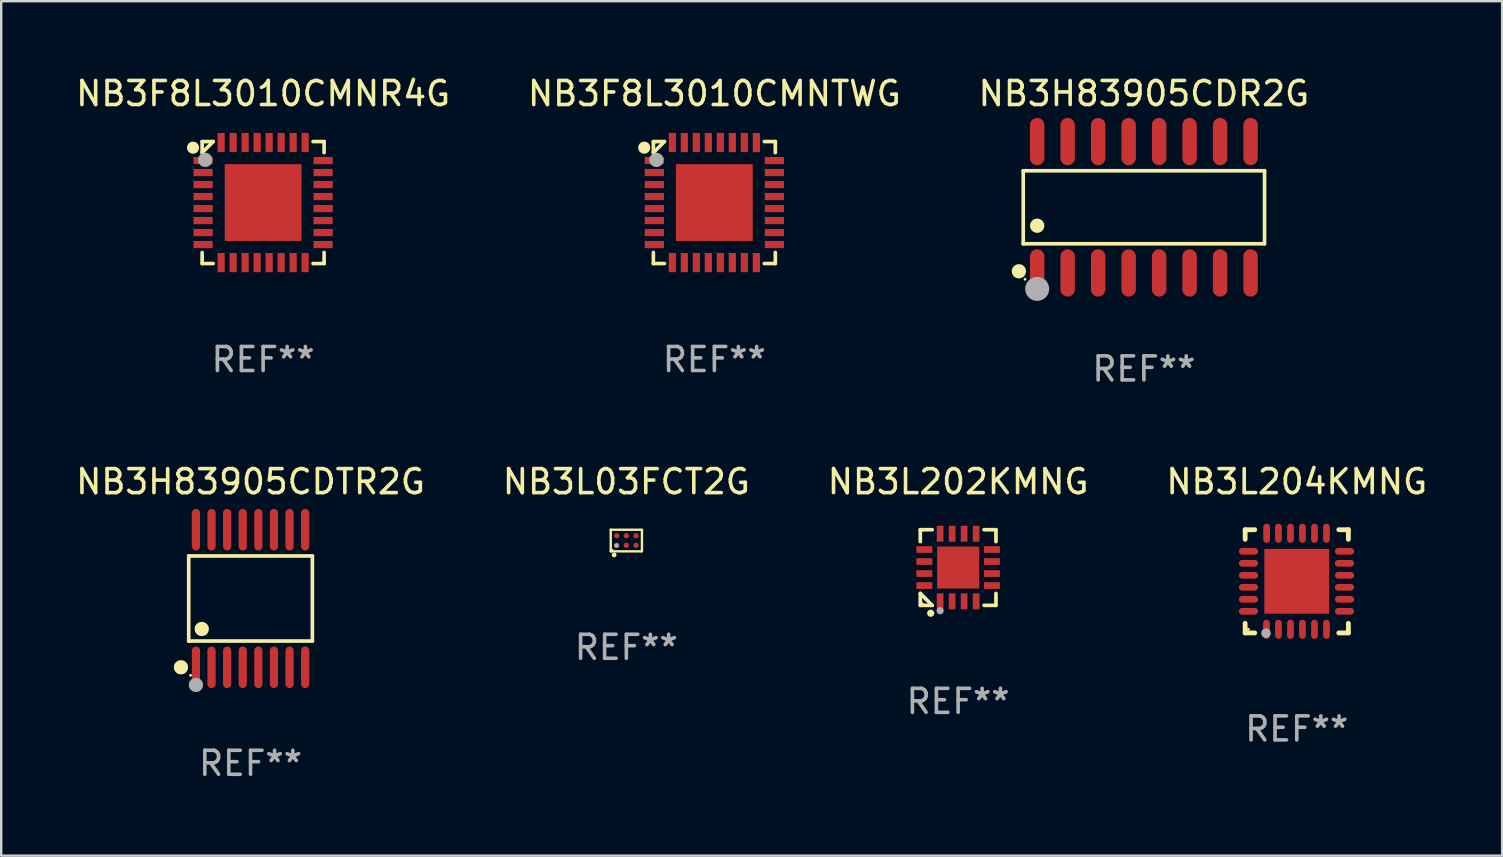
<source format=kicad_pcb>
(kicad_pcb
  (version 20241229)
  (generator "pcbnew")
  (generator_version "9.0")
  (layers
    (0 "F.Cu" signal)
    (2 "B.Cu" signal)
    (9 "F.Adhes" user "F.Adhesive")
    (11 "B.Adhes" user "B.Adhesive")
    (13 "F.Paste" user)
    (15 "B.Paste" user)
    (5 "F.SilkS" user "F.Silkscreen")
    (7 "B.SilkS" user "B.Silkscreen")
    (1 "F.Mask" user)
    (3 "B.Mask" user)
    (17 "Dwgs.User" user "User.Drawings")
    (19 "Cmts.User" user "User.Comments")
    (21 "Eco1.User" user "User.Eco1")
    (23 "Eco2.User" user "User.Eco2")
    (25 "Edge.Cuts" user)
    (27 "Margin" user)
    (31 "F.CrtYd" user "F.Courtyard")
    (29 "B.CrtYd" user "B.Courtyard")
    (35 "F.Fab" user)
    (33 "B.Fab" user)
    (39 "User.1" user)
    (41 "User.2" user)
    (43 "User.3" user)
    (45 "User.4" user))
  (footprint "NB3H83905CDR2G"
    (layer "F.Cu")
    (at 44.601 5.584)
    (property "Reference" "NB3H83905CDR2G" (at 0 -4.736 0) (layer "F.SilkS") (effects (font (size 1 1) (thickness 0.15))))
    (attr through_hole)
    (fp_line (start -5.026 -1.521) (end 5.026 -1.521) (stroke (width 0.152) (type solid)) (layer "F.SilkS"))
    (fp_line (start -5.026 1.521) (end -5.026 -1.521) (stroke (width 0.152) (type solid)) (layer "F.SilkS"))
    (fp_line (start 5.026 -1.521) (end 5.026 1.521) (stroke (width 0.152) (type solid)) (layer "F.SilkS"))
    (fp_line (start 5.026 1.521) (end -5.026 1.521) (stroke (width 0.152) (type solid)) (layer "F.SilkS"))
    (fp_circle (center -5.207 2.667) (end -5.057 2.667) (stroke (width 0.3) (type solid)) (fill no) (layer "F.SilkS"))
    (fp_circle (center -4.95 3) (end -4.92 3) (stroke (width 0.06) (type solid)) (fill no) (layer "F.SilkS"))
    (fp_circle (center -4.445 0.769) (end -4.295 0.769) (stroke (width 0.3) (type solid)) (fill no) (layer "F.SilkS"))
    (fp_circle (center -4.445 3.4) (end -4.195 3.4) (stroke (width 0.5) (type solid)) (fill no) (layer "F.Fab"))
    (fp_text user "REF**" (at 0 6.736 0) (layer "F.Fab") (effects (font (size 1 1) (thickness 0.15))))
    (pad "1" smd oval (at -4.445 2.736) (size 0.602 1.971) (layers "F.Cu" "F.Mask" "F.Paste"))
    (pad "2" smd oval (at -3.175 2.736) (size 0.602 1.971) (layers "F.Cu" "F.Mask" "F.Paste"))
    (pad "3" smd oval (at -1.905 2.736) (size 0.602 1.971) (layers "F.Cu" "F.Mask" "F.Paste"))
    (pad "4" smd oval (at -0.635 2.736) (size 0.602 1.971) (layers "F.Cu" "F.Mask" "F.Paste"))
    (pad "5" smd oval (at 0.635 2.736) (size 0.602 1.971) (layers "F.Cu" "F.Mask" "F.Paste"))
    (pad "6" smd oval (at 1.905 2.736) (size 0.602 1.971) (layers "F.Cu" "F.Mask" "F.Paste"))
    (pad "7" smd oval (at 3.175 2.736) (size 0.602 1.971) (layers "F.Cu" "F.Mask" "F.Paste"))
    (pad "8" smd oval (at 4.445 2.736) (size 0.602 1.971) (layers "F.Cu" "F.Mask" "F.Paste"))
    (pad "9" smd oval (at 4.445 -2.736) (size 0.602 1.971) (layers "F.Cu" "F.Mask" "F.Paste"))
    (pad "10" smd oval (at 3.175 -2.736) (size 0.602 1.971) (layers "F.Cu" "F.Mask" "F.Paste"))
    (pad "11" smd oval (at 1.905 -2.736) (size 0.602 1.971) (layers "F.Cu" "F.Mask" "F.Paste"))
    (pad "12" smd oval (at 0.635 -2.736) (size 0.602 1.971) (layers "F.Cu" "F.Mask" "F.Paste"))
    (pad "13" smd oval (at -0.635 -2.736) (size 0.602 1.971) (layers "F.Cu" "F.Mask" "F.Paste"))
    (pad "14" smd oval (at -1.905 -2.736) (size 0.602 1.971) (layers "F.Cu" "F.Mask" "F.Paste"))
    (pad "15" smd oval (at -3.175 -2.736) (size 0.602 1.971) (layers "F.Cu" "F.Mask" "F.Paste"))
    (pad "16" smd oval (at -4.445 -2.736) (size 0.602 1.971) (layers "F.Cu" "F.Mask" "F.Paste")))
  (footprint "NB3L204KMNG"
    (layer "F.Cu")
    (at 50.97 21.166)
    (property "Reference" "NB3L204KMNG" (at 0 -4.15 0) (layer "F.SilkS") (effects (font (size 1 1) (thickness 0.15))))
    (attr through_hole)
    (fp_line (start -2.15 -2.15) (end -1.75 -2.15) (stroke (width 0.2) (type solid)) (layer "F.SilkS"))
    (fp_line (start -2.15 -1.75) (end -2.15 -2.15) (stroke (width 0.2) (type solid)) (layer "F.SilkS"))
    (fp_line (start -2.15 2.15) (end -2.15 1.75) (stroke (width 0.2) (type solid)) (layer "F.SilkS"))
    (fp_line (start -1.75 2.15) (end -2.15 2.15) (stroke (width 0.2) (type solid)) (layer "F.SilkS"))
    (fp_line (start 2.15 -2.15) (end 1.75 -2.15) (stroke (width 0.2) (type solid)) (layer "F.SilkS"))
    (fp_line (start 2.15 -1.75) (end 2.15 -2.15) (stroke (width 0.2) (type solid)) (layer "F.SilkS"))
    (fp_line (start 2.15 1.75) (end 2.15 2.15) (stroke (width 0.2) (type solid)) (layer "F.SilkS"))
    (fp_line (start 2.15 2.15) (end 1.75 2.15) (stroke (width 0.2) (type solid)) (layer "F.SilkS"))
    (fp_circle (center -2.013 2) (end -1.983 2) (stroke (width 0.06) (type solid)) (fill no) (layer "F.SilkS"))
    (fp_circle (center -1.282 2.159) (end -1.182 2.159) (stroke (width 0.2) (type solid)) (fill no) (layer "F.Fab"))
    (fp_text user "REF**" (at 0 6.15 0) (layer "F.Fab") (effects (font (size 1 1) (thickness 0.15))))
    (pad "1" smd oval (at -1.262 2) (size 0.28 0.8) (layers "F.Cu" "F.Mask" "F.Paste"))
    (pad "2" smd oval (at -0.763 2) (size 0.28 0.8) (layers "F.Cu" "F.Mask" "F.Paste"))
    (pad "3" smd oval (at -0.262 2) (size 0.28 0.8) (layers "F.Cu" "F.Mask" "F.Paste"))
    (pad "4" smd oval (at 0.237 2) (size 0.28 0.8) (layers "F.Cu" "F.Mask" "F.Paste"))
    (pad "5" smd oval (at 0.738 2) (size 0.28 0.8) (layers "F.Cu" "F.Mask" "F.Paste"))
    (pad "6" smd oval (at 1.237 2) (size 0.28 0.8) (layers "F.Cu" "F.Mask" "F.Paste"))
    (pad "7" smd oval (at 1.988 1.25) (size 0.8 0.28) (layers "F.Cu" "F.Mask" "F.Paste"))
    (pad "8" smd oval (at 1.988 0.75) (size 0.8 0.28) (layers "F.Cu" "F.Mask" "F.Paste"))
    (pad "9" smd oval (at 1.988 0.25) (size 0.8 0.28) (layers "F.Cu" "F.Mask" "F.Paste"))
    (pad "10" smd oval (at 1.988 -0.25) (size 0.8 0.28) (layers "F.Cu" "F.Mask" "F.Paste"))
    (pad "11" smd oval (at 1.988 -0.75) (size 0.8 0.28) (layers "F.Cu" "F.Mask" "F.Paste"))
    (pad "12" smd oval (at 1.988 -1.25) (size 0.8 0.28) (layers "F.Cu" "F.Mask" "F.Paste"))
    (pad "13" smd oval (at 1.237 -2) (size 0.28 0.8) (layers "F.Cu" "F.Mask" "F.Paste"))
    (pad "14" smd oval (at 0.738 -2) (size 0.28 0.8) (layers "F.Cu" "F.Mask" "F.Paste"))
    (pad "15" smd oval (at 0.237 -2) (size 0.28 0.8) (layers "F.Cu" "F.Mask" "F.Paste"))
    (pad "16" smd oval (at -0.262 -2) (size 0.28 0.8) (layers "F.Cu" "F.Mask" "F.Paste"))
    (pad "17" smd oval (at -0.763 -2) (size 0.28 0.8) (layers "F.Cu" "F.Mask" "F.Paste"))
    (pad "18" smd oval (at -1.255 -2) (size 0.28 0.8) (layers "F.Cu" "F.Mask" "F.Paste"))
    (pad "19" smd oval (at -2.012 -1.25) (size 0.8 0.28) (layers "F.Cu" "F.Mask" "F.Paste"))
    (pad "20" smd oval (at -2.012 -0.75) (size 0.8 0.28) (layers "F.Cu" "F.Mask" "F.Paste"))
    (pad "21" smd oval (at -2.012 -0.25) (size 0.8 0.28) (layers "F.Cu" "F.Mask" "F.Paste"))
    (pad "22" smd oval (at -2.012 0.25) (size 0.8 0.28) (layers "F.Cu" "F.Mask" "F.Paste"))
    (pad "23" smd oval (at -2.012 0.75) (size 0.8 0.28) (layers "F.Cu" "F.Mask" "F.Paste"))
    (pad "24" smd oval (at -2.012 1.25) (size 0.8 0.28) (layers "F.Cu" "F.Mask" "F.Paste"))
    (pad "25" smd rect (at -0.000013 -0.000025) (size 2.7 2.7) (layers "F.Cu" "F.Mask" "F.Paste")))
  (footprint "NB3L03FCT2G"
    (layer "F.Cu")
    (at 23.042 19.466)
    (property "Reference" "NB3L03FCT2G" (at 0 -2.45 0) (layer "F.SilkS") (effects (font (size 1 1) (thickness 0.15))))
    (attr through_hole)
    (fp_line (start -0.65 0.45) (end -0.65 -0.45) (stroke (width 0.1) (type solid)) (layer "F.SilkS"))
    (fp_line (start -0.65 -0.45) (end 0.65 -0.45) (stroke (width 0.1) (type solid)) (layer "F.SilkS"))
    (fp_line (start 0.64 0.45) (end -0.65 0.45) (stroke (width 0.1) (type solid)) (layer "F.SilkS"))
    (fp_line (start 0.65 -0.439) (end 0.65 0.44) (stroke (width 0.1) (type solid)) (layer "F.SilkS"))
    (fp_line (start 0.65 0.44) (end 0.64 0.45) (stroke (width 0.1) (type solid)) (layer "F.SilkS"))
    (fp_circle (center -0.6 0.4) (end -0.57 0.4) (stroke (width 0.06) (type solid)) (fill no) (layer "F.SilkS"))
    (fp_circle (center -0.51 0.6) (end -0.46 0.6) (stroke (width 0.1) (type solid)) (fill no) (layer "F.SilkS"))
    (fp_circle (center -0.41 0.21) (end -0.36 0.21) (stroke (width 0.1) (type solid)) (fill no) (layer "F.Fab"))
    (fp_text user "REF**" (at 0 4.45 0) (layer "F.Fab") (effects (font (size 1 1) (thickness 0.15))))
    (pad "A1" smd circle (at -0.4 0.201) (size 0.22 0.22) (layers "F.Cu" "F.Mask" "F.Paste"))
    (pad "A2" smd circle (at -0.4 -0.2) (size 0.22 0.22) (layers "F.Cu" "F.Mask" "F.Paste"))
    (pad "B1" smd circle (at -0.001 0.198) (size 0.22 0.22) (layers "F.Cu" "F.Mask" "F.Paste"))
    (pad "B2" smd circle (at -0.001 -0.2) (size 0.22 0.22) (layers "F.Cu" "F.Mask" "F.Paste"))
    (pad "C1" smd circle (at 0.4 0.201) (size 0.22 0.22) (layers "F.Cu" "F.Mask" "F.Paste"))
    (pad "C2" smd circle (at 0.4 -0.2) (size 0.22 0.22) (layers "F.Cu" "F.Mask" "F.Paste")))
  (footprint "NB3F8L3010CMNR4G"
    (layer "F.Cu")
    (at 7.911 5.388)
    (property "Reference" "NB3F8L3010CMNR4G" (at 0 -4.54 0) (layer "F.SilkS") (effects (font (size 1 1) (thickness 0.15))))
    (attr through_hole)
    (fp_line (start -2.54 -2.54) (end -2.08 -2.54) (stroke (width 0.152) (type solid)) (layer "F.SilkS"))
    (fp_line (start -2.54 -2.08) (end -2.54 -2.54) (stroke (width 0.152) (type solid)) (layer "F.SilkS"))
    (fp_line (start -2.54 -2.08) (end -2.08 -2.54) (stroke (width 0.152) (type solid)) (layer "F.SilkS"))
    (fp_line (start -2.54 2.54) (end -2.54 2.08) (stroke (width 0.152) (type solid)) (layer "F.SilkS"))
    (fp_line (start -2.08 2.54) (end -2.54 2.54) (stroke (width 0.152) (type solid)) (layer "F.SilkS"))
    (fp_line (start 2.08 -2.54) (end 2.54 -2.54) (stroke (width 0.152) (type solid)) (layer "F.SilkS"))
    (fp_line (start 2.54 -2.54) (end 2.54 -2.08) (stroke (width 0.152) (type solid)) (layer "F.SilkS"))
    (fp_line (start 2.54 2.08) (end 2.54 2.54) (stroke (width 0.152) (type solid)) (layer "F.SilkS"))
    (fp_line (start 2.54 2.54) (end 2.08 2.54) (stroke (width 0.152) (type solid)) (layer "F.SilkS"))
    (fp_circle (center -2.921 -2.286) (end -2.794 -2.286) (stroke (width 0.254) (type solid)) (fill no) (layer "F.SilkS"))
    (fp_circle (center -2.5 -2.5) (end -2.47 -2.5) (stroke (width 0.06) (type solid)) (fill no) (layer "F.SilkS"))
    (fp_circle (center -2.413 -1.778) (end -2.263 -1.778) (stroke (width 0.3) (type solid)) (fill no) (layer "F.Fab"))
    (fp_text user "REF**" (at 0 6.54 0) (layer "F.Fab") (effects (font (size 1 1) (thickness 0.15))))
    (pad "1" smd rect (at -2.5 -1.75 90) (size 0.3 0.8) (layers "F.Cu" "F.Mask" "F.Paste"))
    (pad "2" smd rect (at -2.5 -1.25 90) (size 0.3 0.8) (layers "F.Cu" "F.Mask" "F.Paste"))
    (pad "3" smd rect (at -2.5 -0.75 90) (size 0.3 0.8) (layers "F.Cu" "F.Mask" "F.Paste"))
    (pad "4" smd rect (at -2.5 -0.25 90) (size 0.3 0.8) (layers "F.Cu" "F.Mask" "F.Paste"))
    (pad "5" smd rect (at -2.5 0.25 90) (size 0.3 0.8) (layers "F.Cu" "F.Mask" "F.Paste"))
    (pad "6" smd rect (at -2.5 0.75 90) (size 0.3 0.8) (layers "F.Cu" "F.Mask" "F.Paste"))
    (pad "7" smd rect (at -2.5 1.25 90) (size 0.3 0.8) (layers "F.Cu" "F.Mask" "F.Paste"))
    (pad "8" smd rect (at -2.5 1.75 90) (size 0.3 0.8) (layers "F.Cu" "F.Mask" "F.Paste"))
    (pad "9" smd rect (at -1.75 2.5 180) (size 0.3 0.8) (layers "F.Cu" "F.Mask" "F.Paste"))
    (pad "10" smd rect (at -1.25 2.5 180) (size 0.3 0.8) (layers "F.Cu" "F.Mask" "F.Paste"))
    (pad "11" smd rect (at -0.75 2.5 180) (size 0.3 0.8) (layers "F.Cu" "F.Mask" "F.Paste"))
    (pad "12" smd rect (at -0.25 2.5 180) (size 0.3 0.8) (layers "F.Cu" "F.Mask" "F.Paste"))
    (pad "13" smd rect (at 0.25 2.5 180) (size 0.3 0.8) (layers "F.Cu" "F.Mask" "F.Paste"))
    (pad "14" smd rect (at 0.75 2.5 180) (size 0.3 0.8) (layers "F.Cu" "F.Mask" "F.Paste"))
    (pad "15" smd rect (at 1.25 2.5 180) (size 0.3 0.8) (layers "F.Cu" "F.Mask" "F.Paste"))
    (pad "16" smd rect (at 1.75 2.5 180) (size 0.3 0.8) (layers "F.Cu" "F.Mask" "F.Paste"))
    (pad "17" smd rect (at 2.5 1.75 270) (size 0.3 0.8) (layers "F.Cu" "F.Mask" "F.Paste"))
    (pad "18" smd rect (at 2.5 1.25 270) (size 0.3 0.8) (layers "F.Cu" "F.Mask" "F.Paste"))
    (pad "19" smd rect (at 2.5 0.75 270) (size 0.3 0.8) (layers "F.Cu" "F.Mask" "F.Paste"))
    (pad "20" smd rect (at 2.5 0.25 270) (size 0.3 0.8) (layers "F.Cu" "F.Mask" "F.Paste"))
    (pad "21" smd rect (at 2.5 -0.25 270) (size 0.3 0.8) (layers "F.Cu" "F.Mask" "F.Paste"))
    (pad "22" smd rect (at 2.5 -0.75 270) (size 0.3 0.8) (layers "F.Cu" "F.Mask" "F.Paste"))
    (pad "23" smd rect (at 2.5 -1.25 270) (size 0.3 0.8) (layers "F.Cu" "F.Mask" "F.Paste"))
    (pad "24" smd rect (at 2.5 -1.75 270) (size 0.3 0.8) (layers "F.Cu" "F.Mask" "F.Paste"))
    (pad "25" smd rect (at 1.75 -2.5) (size 0.3 0.8) (layers "F.Cu" "F.Mask" "F.Paste"))
    (pad "26" smd rect (at 1.25 -2.5) (size 0.3 0.8) (layers "F.Cu" "F.Mask" "F.Paste"))
    (pad "27" smd rect (at 0.75 -2.5) (size 0.3 0.8) (layers "F.Cu" "F.Mask" "F.Paste"))
    (pad "28" smd rect (at 0.25 -2.5) (size 0.3 0.8) (layers "F.Cu" "F.Mask" "F.Paste"))
    (pad "29" smd rect (at -0.25 -2.5) (size 0.3 0.8) (layers "F.Cu" "F.Mask" "F.Paste"))
    (pad "30" smd rect (at -0.75 -2.5) (size 0.3 0.8) (layers "F.Cu" "F.Mask" "F.Paste"))
    (pad "31" smd rect (at -1.25 -2.5) (size 0.3 0.8) (layers "F.Cu" "F.Mask" "F.Paste"))
    (pad "32" smd rect (at -1.75 -2.5) (size 0.3 0.8) (layers "F.Cu" "F.Mask" "F.Paste"))
    (pad "33" smd rect (at 0 0 90) (size 3.2 3.2) (layers "F.Cu" "F.Mask" "F.Paste")))
  (footprint "NB3L202KMNG"
    (layer "F.Cu")
    (at 36.863 20.592)
    (property "Reference" "NB3L202KMNG" (at 0 -3.576 0) (layer "F.SilkS") (effects (font (size 1 1) (thickness 0.15))))
    (attr through_hole)
    (fp_line (start -1.576 -1.576) (end -1.08 -1.576) (stroke (width 0.152) (type solid)) (layer "F.SilkS"))
    (fp_line (start -1.576 -1.08) (end -1.576 -1.576) (stroke (width 0.152) (type solid)) (layer "F.SilkS"))
    (fp_line (start -1.576 1.08) (end -1.576 1.576) (stroke (width 0.152) (type solid)) (layer "F.SilkS"))
    (fp_line (start -1.576 1.576) (end -1.08 1.576) (stroke (width 0.152) (type solid)) (layer "F.SilkS"))
    (fp_line (start -1.08 1.576) (end -1.576 1.08) (stroke (width 0.152) (type solid)) (layer "F.SilkS"))
    (fp_line (start 1.576 -1.576) (end 1.08 -1.576) (stroke (width 0.152) (type solid)) (layer "F.SilkS"))
    (fp_line (start 1.576 -1.08) (end 1.576 -1.576) (stroke (width 0.152) (type solid)) (layer "F.SilkS"))
    (fp_line (start 1.576 1.08) (end 1.576 1.576) (stroke (width 0.152) (type solid)) (layer "F.SilkS"))
    (fp_line (start 1.576 1.576) (end 1.08 1.576) (stroke (width 0.152) (type solid)) (layer "F.SilkS"))
    (fp_circle (center -1.5 1.5) (end -1.47 1.5) (stroke (width 0.06) (type solid)) (fill no) (layer "F.SilkS"))
    (fp_circle (center -1.143 1.905) (end -1.068 1.905) (stroke (width 0.15) (type solid)) (fill no) (layer "F.SilkS"))
    (fp_circle (center -0.75 1.8) (end -0.675 1.8) (stroke (width 0.15) (type solid)) (fill no) (layer "F.Fab"))
    (fp_text user "REF**" (at 0 5.576 0) (layer "F.Fab") (effects (font (size 1 1) (thickness 0.15))))
    (pad "1" smd rect (at -0.75 1.407) (size 0.28 0.665) (layers "F.Cu" "F.Mask" "F.Paste"))
    (pad "2" smd rect (at -0.25 1.407) (size 0.28 0.665) (layers "F.Cu" "F.Mask" "F.Paste"))
    (pad "3" smd rect (at 0.25 1.407) (size 0.28 0.665) (layers "F.Cu" "F.Mask" "F.Paste"))
    (pad "4" smd rect (at 0.75 1.407) (size 0.28 0.665) (layers "F.Cu" "F.Mask" "F.Paste"))
    (pad "5" smd rect (at 1.407 0.75) (size 0.665 0.28) (layers "F.Cu" "F.Mask" "F.Paste"))
    (pad "6" smd rect (at 1.407 0.25) (size 0.665 0.28) (layers "F.Cu" "F.Mask" "F.Paste"))
    (pad "7" smd rect (at 1.407 -0.25) (size 0.665 0.28) (layers "F.Cu" "F.Mask" "F.Paste"))
    (pad "8" smd rect (at 1.407 -0.75) (size 0.665 0.28) (layers "F.Cu" "F.Mask" "F.Paste"))
    (pad "9" smd rect (at 0.75 -1.407) (size 0.28 0.665) (layers "F.Cu" "F.Mask" "F.Paste"))
    (pad "10" smd rect (at 0.25 -1.407) (size 0.28 0.665) (layers "F.Cu" "F.Mask" "F.Paste"))
    (pad "11" smd rect (at -0.25 -1.407) (size 0.28 0.665) (layers "F.Cu" "F.Mask" "F.Paste"))
    (pad "12" smd rect (at -0.75 -1.407) (size 0.28 0.665) (layers "F.Cu" "F.Mask" "F.Paste"))
    (pad "13" smd rect (at -1.407 -0.75) (size 0.665 0.28) (layers "F.Cu" "F.Mask" "F.Paste"))
    (pad "14" smd rect (at -1.407 -0.25) (size 0.665 0.28) (layers "F.Cu" "F.Mask" "F.Paste"))
    (pad "15" smd rect (at -1.407 0.25) (size 0.665 0.28) (layers "F.Cu" "F.Mask" "F.Paste"))
    (pad "16" smd rect (at -1.407 0.75) (size 0.665 0.28) (layers "F.Cu" "F.Mask" "F.Paste"))
    (pad "17" smd rect (at 0 0) (size 1.75 1.75) (layers "F.Cu" "F.Mask" "F.Paste")))
  (footprint "NB3H83905CDTR2G"
    (layer "F.Cu")
    (at 7.387 21.882)
    (property "Reference" "NB3H83905CDTR2G" (at 0 -4.866 0) (layer "F.SilkS") (effects (font (size 1 1) (thickness 0.15))))
    (attr through_hole)
    (fp_line (start -2.576 -1.772) (end 2.576 -1.772) (stroke (width 0.152) (type solid)) (layer "F.SilkS"))
    (fp_line (start -2.576 1.771) (end -2.576 -1.772) (stroke (width 0.152) (type solid)) (layer "F.SilkS"))
    (fp_line (start 2.576 -1.772) (end 2.576 1.771) (stroke (width 0.152) (type solid)) (layer "F.SilkS"))
    (fp_line (start 2.576 1.771) (end -2.576 1.771) (stroke (width 0.152) (type solid)) (layer "F.SilkS"))
    (fp_circle (center -2.899 2.866) (end -2.749 2.866) (stroke (width 0.3) (type solid)) (fill no) (layer "F.SilkS"))
    (fp_circle (center -2.5 3.2) (end -2.47 3.2) (stroke (width 0.06) (type solid)) (fill no) (layer "F.SilkS"))
    (fp_circle (center -2.032 1.27) (end -1.882 1.27) (stroke (width 0.3) (type solid)) (fill no) (layer "F.SilkS"))
    (fp_circle (center -2.275 3.6) (end -2.125 3.6) (stroke (width 0.3) (type solid)) (fill no) (layer "F.Fab"))
    (fp_text user "REF**" (at 0 6.866 0) (layer "F.Fab") (effects (font (size 1 1) (thickness 0.15))))
    (pad "1" smd oval (at -2.275 2.866) (size 0.343 1.731) (layers "F.Cu" "F.Mask" "F.Paste"))
    (pad "2" smd oval (at -1.625 2.866) (size 0.343 1.731) (layers "F.Cu" "F.Mask" "F.Paste"))
    (pad "3" smd oval (at -0.975 2.866) (size 0.343 1.731) (layers "F.Cu" "F.Mask" "F.Paste"))
    (pad "4" smd oval (at -0.325 2.866) (size 0.343 1.731) (layers "F.Cu" "F.Mask" "F.Paste"))
    (pad "5" smd oval (at 0.325 2.866) (size 0.343 1.731) (layers "F.Cu" "F.Mask" "F.Paste"))
    (pad "6" smd oval (at 0.975 2.866) (size 0.343 1.731) (layers "F.Cu" "F.Mask" "F.Paste"))
    (pad "7" smd oval (at 1.625 2.866) (size 0.343 1.731) (layers "F.Cu" "F.Mask" "F.Paste"))
    (pad "8" smd oval (at 2.275 2.866) (size 0.343 1.731) (layers "F.Cu" "F.Mask" "F.Paste"))
    (pad "9" smd oval (at 2.275 -2.866) (size 0.343 1.731) (layers "F.Cu" "F.Mask" "F.Paste"))
    (pad "10" smd oval (at 1.625 -2.866) (size 0.343 1.731) (layers "F.Cu" "F.Mask" "F.Paste"))
    (pad "11" smd oval (at 0.975 -2.866) (size 0.343 1.731) (layers "F.Cu" "F.Mask" "F.Paste"))
    (pad "12" smd oval (at 0.325 -2.866) (size 0.343 1.731) (layers "F.Cu" "F.Mask" "F.Paste"))
    (pad "13" smd oval (at -0.325 -2.866) (size 0.343 1.731) (layers "F.Cu" "F.Mask" "F.Paste"))
    (pad "14" smd oval (at -0.975 -2.866) (size 0.343 1.731) (layers "F.Cu" "F.Mask" "F.Paste"))
    (pad "15" smd oval (at -1.625 -2.866) (size 0.343 1.731) (layers "F.Cu" "F.Mask" "F.Paste"))
    (pad "16" smd oval (at -2.275 -2.866) (size 0.343 1.731) (layers "F.Cu" "F.Mask" "F.Paste")))
  (footprint "NB3F8L3010CMNTWG"
    (layer "F.Cu")
    (at 26.708 5.388)
    (property "Reference" "NB3F8L3010CMNTWG" (at 0 -4.54 0) (layer "F.SilkS") (effects (font (size 1 1) (thickness 0.15))))
    (attr through_hole)
    (fp_line (start -2.54 -2.54) (end -2.08 -2.54) (stroke (width 0.152) (type solid)) (layer "F.SilkS"))
    (fp_line (start -2.54 -2.08) (end -2.54 -2.54) (stroke (width 0.152) (type solid)) (layer "F.SilkS"))
    (fp_line (start -2.54 -2.08) (end -2.08 -2.54) (stroke (width 0.152) (type solid)) (layer "F.SilkS"))
    (fp_line (start -2.54 2.54) (end -2.54 2.08) (stroke (width 0.152) (type solid)) (layer "F.SilkS"))
    (fp_line (start -2.08 2.54) (end -2.54 2.54) (stroke (width 0.152) (type solid)) (layer "F.SilkS"))
    (fp_line (start 2.08 -2.54) (end 2.54 -2.54) (stroke (width 0.152) (type solid)) (layer "F.SilkS"))
    (fp_line (start 2.54 -2.54) (end 2.54 -2.08) (stroke (width 0.152) (type solid)) (layer "F.SilkS"))
    (fp_line (start 2.54 2.08) (end 2.54 2.54) (stroke (width 0.152) (type solid)) (layer "F.SilkS"))
    (fp_line (start 2.54 2.54) (end 2.08 2.54) (stroke (width 0.152) (type solid)) (layer "F.SilkS"))
    (fp_circle (center -2.921 -2.286) (end -2.794 -2.286) (stroke (width 0.254) (type solid)) (fill no) (layer "F.SilkS"))
    (fp_circle (center -2.5 -2.5) (end -2.47 -2.5) (stroke (width 0.06) (type solid)) (fill no) (layer "F.SilkS"))
    (fp_circle (center -2.413 -1.778) (end -2.263 -1.778) (stroke (width 0.3) (type solid)) (fill no) (layer "F.Fab"))
    (fp_text user "REF**" (at 0 6.54 0) (layer "F.Fab") (effects (font (size 1 1) (thickness 0.15))))
    (pad "1" smd rect (at -2.5 -1.75 90) (size 0.3 0.8) (layers "F.Cu" "F.Mask" "F.Paste"))
    (pad "2" smd rect (at -2.5 -1.25 90) (size 0.3 0.8) (layers "F.Cu" "F.Mask" "F.Paste"))
    (pad "3" smd rect (at -2.5 -0.75 90) (size 0.3 0.8) (layers "F.Cu" "F.Mask" "F.Paste"))
    (pad "4" smd rect (at -2.5 -0.25 90) (size 0.3 0.8) (layers "F.Cu" "F.Mask" "F.Paste"))
    (pad "5" smd rect (at -2.5 0.25 90) (size 0.3 0.8) (layers "F.Cu" "F.Mask" "F.Paste"))
    (pad "6" smd rect (at -2.5 0.75 90) (size 0.3 0.8) (layers "F.Cu" "F.Mask" "F.Paste"))
    (pad "7" smd rect (at -2.5 1.25 90) (size 0.3 0.8) (layers "F.Cu" "F.Mask" "F.Paste"))
    (pad "8" smd rect (at -2.5 1.75 90) (size 0.3 0.8) (layers "F.Cu" "F.Mask" "F.Paste"))
    (pad "9" smd rect (at -1.75 2.5 180) (size 0.3 0.8) (layers "F.Cu" "F.Mask" "F.Paste"))
    (pad "10" smd rect (at -1.25 2.5 180) (size 0.3 0.8) (layers "F.Cu" "F.Mask" "F.Paste"))
    (pad "11" smd rect (at -0.75 2.5 180) (size 0.3 0.8) (layers "F.Cu" "F.Mask" "F.Paste"))
    (pad "12" smd rect (at -0.25 2.5 180) (size 0.3 0.8) (layers "F.Cu" "F.Mask" "F.Paste"))
    (pad "13" smd rect (at 0.25 2.5 180) (size 0.3 0.8) (layers "F.Cu" "F.Mask" "F.Paste"))
    (pad "14" smd rect (at 0.75 2.5 180) (size 0.3 0.8) (layers "F.Cu" "F.Mask" "F.Paste"))
    (pad "15" smd rect (at 1.25 2.5 180) (size 0.3 0.8) (layers "F.Cu" "F.Mask" "F.Paste"))
    (pad "16" smd rect (at 1.75 2.5 180) (size 0.3 0.8) (layers "F.Cu" "F.Mask" "F.Paste"))
    (pad "17" smd rect (at 2.5 1.75 270) (size 0.3 0.8) (layers "F.Cu" "F.Mask" "F.Paste"))
    (pad "18" smd rect (at 2.5 1.25 270) (size 0.3 0.8) (layers "F.Cu" "F.Mask" "F.Paste"))
    (pad "19" smd rect (at 2.5 0.75 270) (size 0.3 0.8) (layers "F.Cu" "F.Mask" "F.Paste"))
    (pad "20" smd rect (at 2.5 0.25 270) (size 0.3 0.8) (layers "F.Cu" "F.Mask" "F.Paste"))
    (pad "21" smd rect (at 2.5 -0.25 270) (size 0.3 0.8) (layers "F.Cu" "F.Mask" "F.Paste"))
    (pad "22" smd rect (at 2.5 -0.75 270) (size 0.3 0.8) (layers "F.Cu" "F.Mask" "F.Paste"))
    (pad "23" smd rect (at 2.5 -1.25 270) (size 0.3 0.8) (layers "F.Cu" "F.Mask" "F.Paste"))
    (pad "24" smd rect (at 2.5 -1.75 270) (size 0.3 0.8) (layers "F.Cu" "F.Mask" "F.Paste"))
    (pad "25" smd rect (at 1.75 -2.5) (size 0.3 0.8) (layers "F.Cu" "F.Mask" "F.Paste"))
    (pad "26" smd rect (at 1.25 -2.5) (size 0.3 0.8) (layers "F.Cu" "F.Mask" "F.Paste"))
    (pad "27" smd rect (at 0.75 -2.5) (size 0.3 0.8) (layers "F.Cu" "F.Mask" "F.Paste"))
    (pad "28" smd rect (at 0.25 -2.5) (size 0.3 0.8) (layers "F.Cu" "F.Mask" "F.Paste"))
    (pad "29" smd rect (at -0.25 -2.5) (size 0.3 0.8) (layers "F.Cu" "F.Mask" "F.Paste"))
    (pad "30" smd rect (at -0.75 -2.5) (size 0.3 0.8) (layers "F.Cu" "F.Mask" "F.Paste"))
    (pad "31" smd rect (at -1.25 -2.5) (size 0.3 0.8) (layers "F.Cu" "F.Mask" "F.Paste"))
    (pad "32" smd rect (at -1.75 -2.5) (size 0.3 0.8) (layers "F.Cu" "F.Mask" "F.Paste"))
    (pad "33" smd rect (at 0 0 90) (size 3.2 3.2) (layers "F.Cu" "F.Mask" "F.Paste")))
  (gr_rect
    (start -3 -3)
    (end 59.524 32.596)
    (stroke (width 0.1) (type default))
    (fill no)
    (layer "Edge.Cuts")))
</source>
